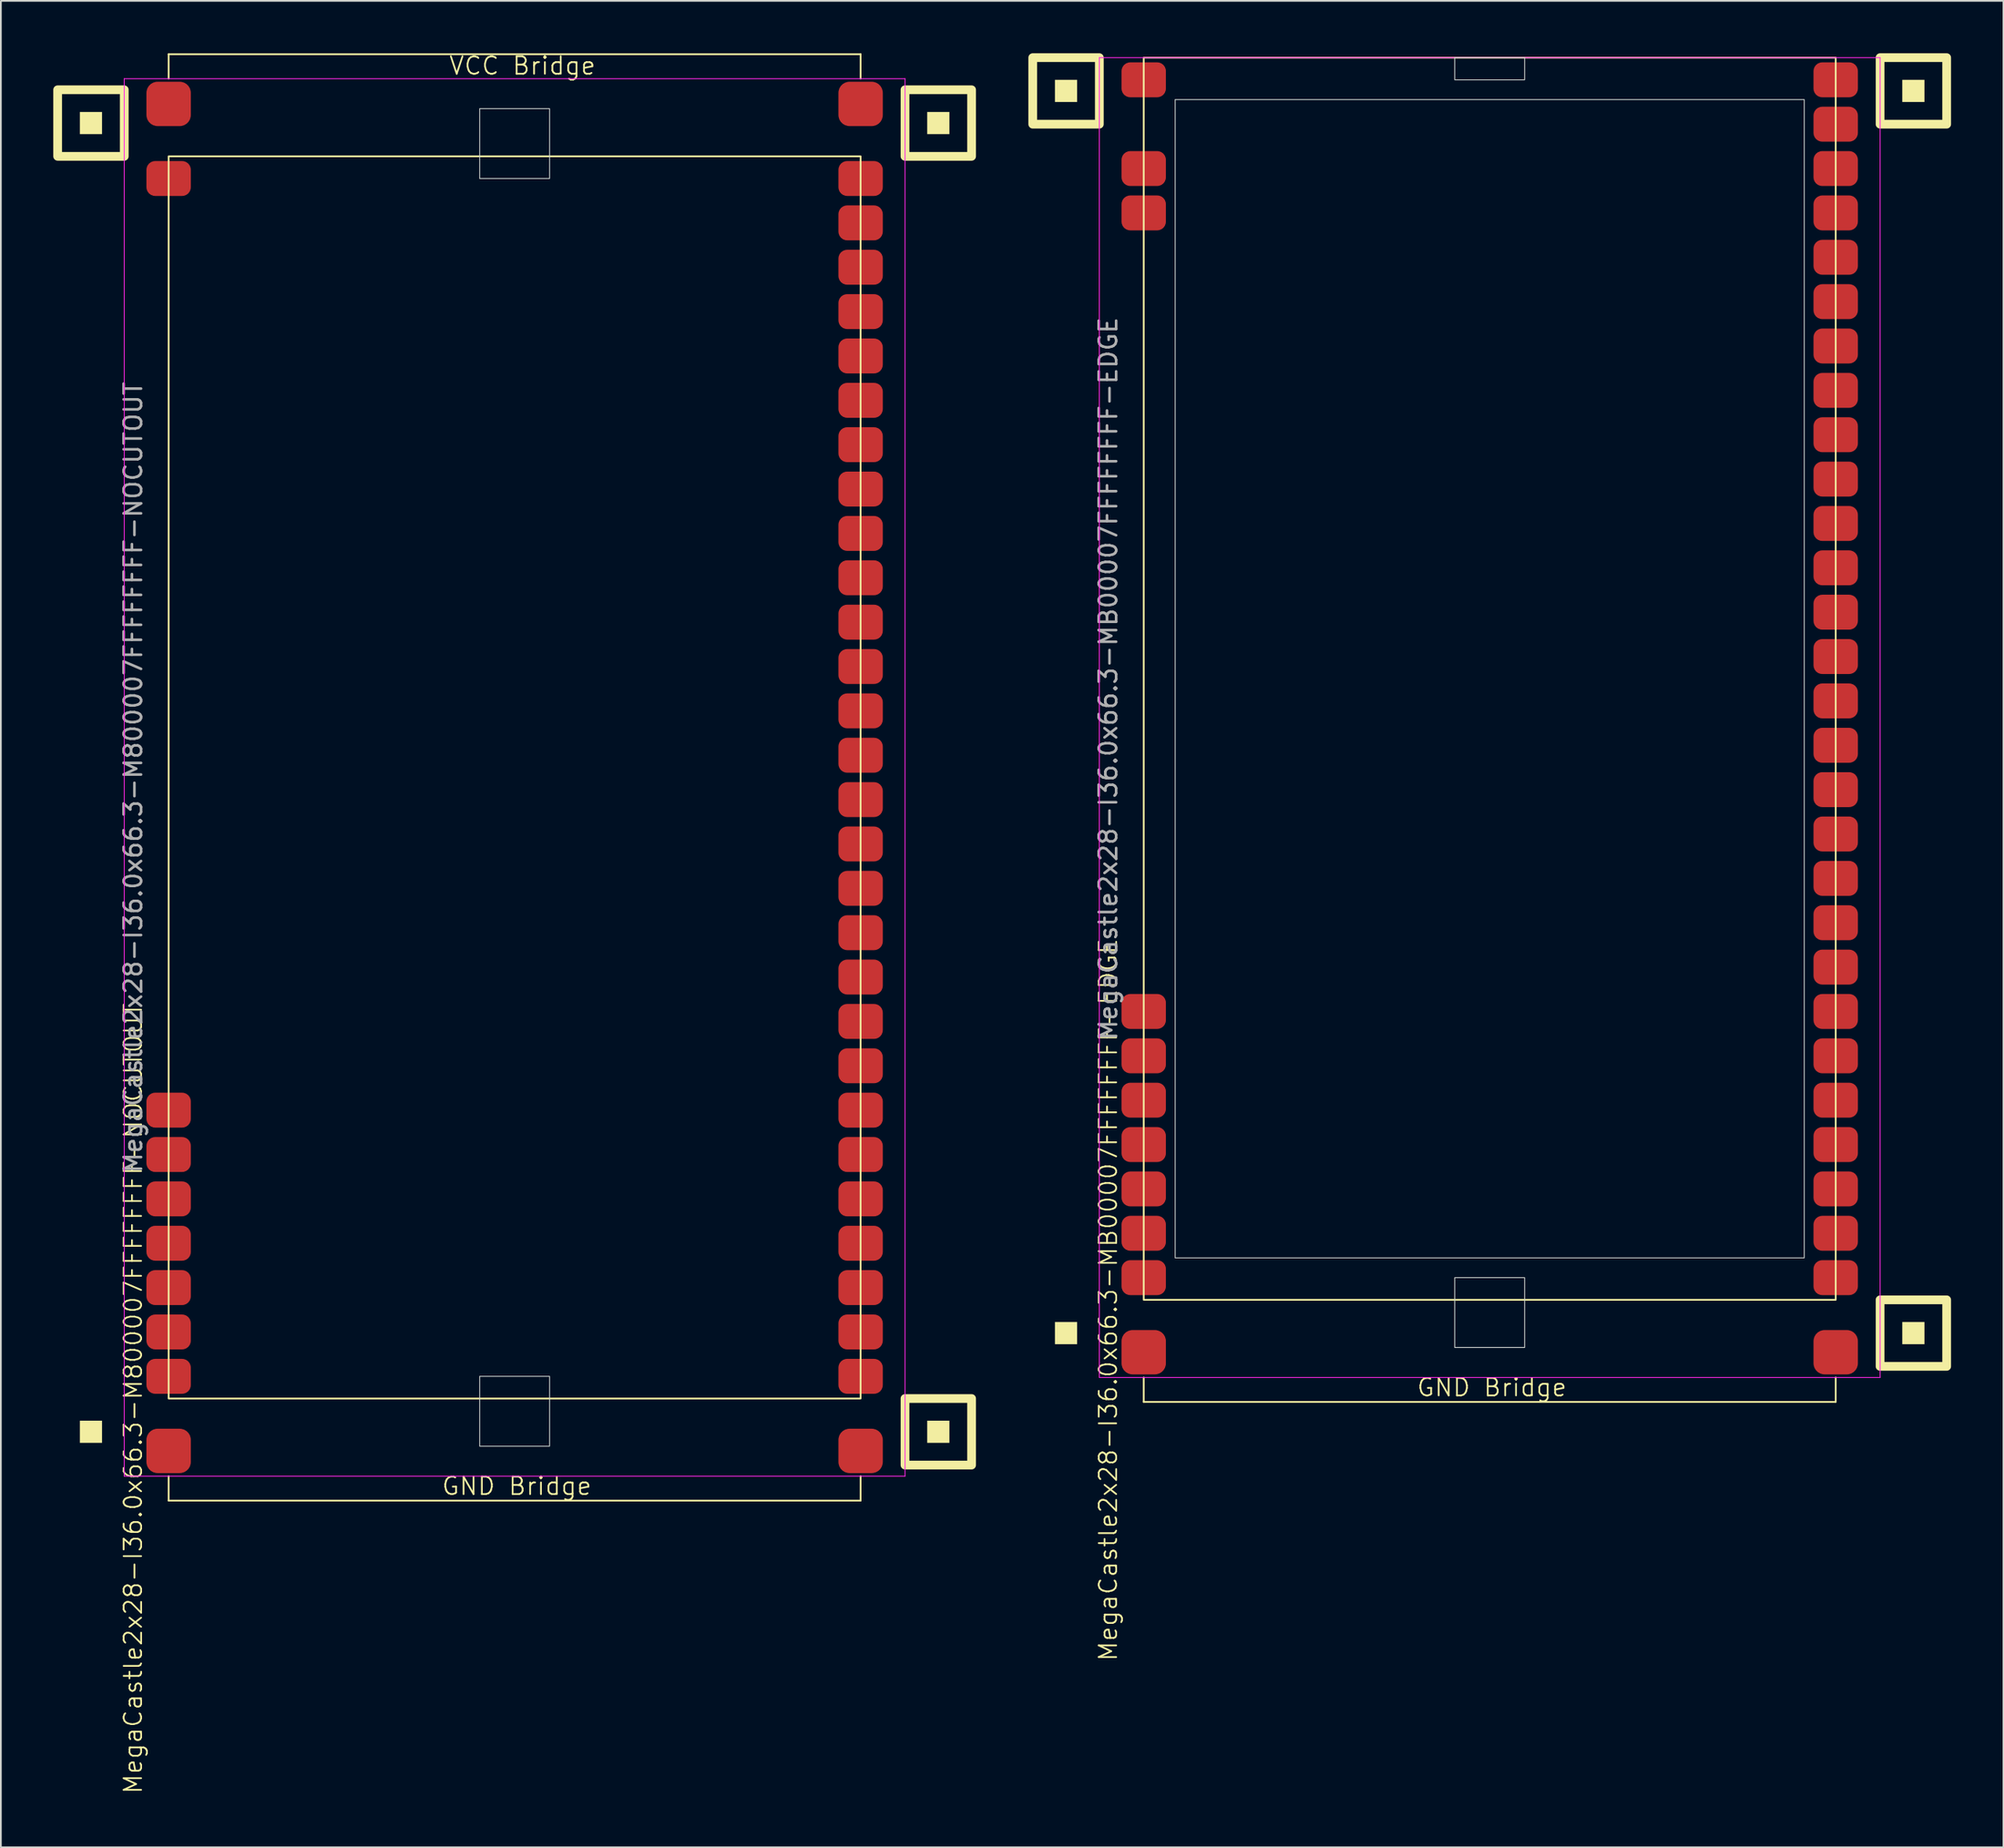
<source format=kicad_pcb>
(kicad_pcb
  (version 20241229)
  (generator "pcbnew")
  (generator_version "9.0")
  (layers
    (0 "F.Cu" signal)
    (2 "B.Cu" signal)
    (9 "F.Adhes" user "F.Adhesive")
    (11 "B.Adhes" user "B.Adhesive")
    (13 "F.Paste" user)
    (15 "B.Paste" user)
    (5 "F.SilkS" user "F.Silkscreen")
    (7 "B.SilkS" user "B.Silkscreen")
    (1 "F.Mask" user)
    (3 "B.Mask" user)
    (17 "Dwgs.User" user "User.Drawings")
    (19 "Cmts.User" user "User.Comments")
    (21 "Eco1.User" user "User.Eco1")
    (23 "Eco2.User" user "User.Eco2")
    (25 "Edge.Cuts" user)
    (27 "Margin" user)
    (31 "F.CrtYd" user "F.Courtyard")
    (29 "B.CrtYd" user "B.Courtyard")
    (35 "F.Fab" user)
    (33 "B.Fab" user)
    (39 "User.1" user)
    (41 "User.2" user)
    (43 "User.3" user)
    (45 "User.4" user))
  (footprint "MegaCastle2x28-I36.0x66.3-M800007FFFFFFFF-NOCUTOUT"
    (layer "F.Cu")
    (at 26.4 41.46)
    (property "Reference" "MegaCastle2x28-I36.0x66.3-M800007FFFFFFFF-NOCUTOUT" (at -21.832 35.56 90) (unlocked yes) (layer "F.SilkS") (effects (font (size 1 1) (thickness 0.1))))
    (attr smd)
    (fp_line (start -19.8 -41.405) (end 19.8 -41.405) (stroke (width 0.1) (type default)) (layer "F.SilkS"))
    (fp_line (start -19.8 -40.005) (end -19.8 -41.405) (stroke (width 0.1) (type default)) (layer "F.SilkS"))
    (fp_line (start -19.8 40.005) (end -19.8 41.405) (stroke (width 0.1) (type default)) (layer "F.SilkS"))
    (fp_line (start -19.8 41.405) (end 19.8 41.405) (stroke (width 0.1) (type default)) (layer "F.SilkS"))
    (fp_line (start 19.8 -40.005) (end 19.8 -41.405) (stroke (width 0.1) (type default)) (layer "F.SilkS"))
    (fp_line (start 19.8 40.005) (end 19.8 41.405) (stroke (width 0.1) (type default)) (layer "F.SilkS"))
    (fp_rect (start -23.61 -36.83) (end -24.88 -38.1) (stroke (width 0) (type solid)) (fill yes) (layer "F.SilkS"))
    (fp_rect (start -23.61 38.1) (end -24.88 36.83) (stroke (width 0) (type solid)) (fill yes) (layer "F.SilkS"))
    (fp_rect (start -22.34 -35.56) (end -26.15 -39.37) (stroke (width 0.5) (type default)) (fill no) (layer "F.SilkS"))
    (fp_rect (start -19.8 -35.56) (end 19.8 35.56) (stroke (width 0.1) (type default)) (fill no) (layer "F.SilkS"))
    (fp_rect (start 24.88 -36.83) (end 23.61 -38.1) (stroke (width 0) (type solid)) (fill yes) (layer "F.SilkS"))
    (fp_rect (start 24.88 38.1) (end 23.61 36.83) (stroke (width 0) (type solid)) (fill yes) (layer "F.SilkS"))
    (fp_rect (start 26.15 -35.56) (end 22.34 -39.37) (stroke (width 0.5) (type default)) (fill no) (layer "F.SilkS"))
    (fp_rect (start 26.15 39.37) (end 22.34 35.56) (stroke (width 0.5) (type default)) (fill no) (layer "F.SilkS"))
    (fp_rect (start -2 -34.29) (end 2 -38.29) (stroke (width 0.05) (type default)) (fill no) (layer "Edge.Cuts"))
    (fp_rect (start -2 34.29) (end 2 38.29) (stroke (width 0.05) (type default)) (fill no) (layer "Edge.Cuts"))
    (fp_line (start -22.34 -40.005) (end -22.34 40.005) (stroke (width 0.05) (type default)) (layer "F.CrtYd"))
    (fp_line (start -22.34 40.005) (end 22.34 40.005) (stroke (width 0.05) (type default)) (layer "F.CrtYd"))
    (fp_line (start 22.34 -40.005) (end -22.34 -40.005) (stroke (width 0.05) (type default)) (layer "F.CrtYd"))
    (fp_line (start 22.34 -40.005) (end 22.34 40.005) (stroke (width 0.05) (type default)) (layer "F.CrtYd"))
    (fp_text user "VCC Bridge" (at -3.81 -40.16 0) (unlocked yes) (layer "F.SilkS") (effects (font (size 1 1) (thickness 0.1)) (justify left bottom)))
    (fp_text user "GND Bridge" (at -4.226 41.16 0) (unlocked yes) (layer "F.SilkS") (effects (font (size 1 1) (thickness 0.1)) (justify left bottom)))
    (fp_text user "${REFERENCE}" (at -21.832 0 90) (unlocked yes) (layer "F.Fab") (effects (font (size 1 1) (thickness 0.15))))
    (pad "1" smd roundrect (at -19.8 -34.29) (size 2.54 2) (layers "F.Cu" "F.Mask" "F.Paste") (roundrect_rratio 0.25))
    (pad "22" smd roundrect (at -19.8 19.05) (size 2.54 2) (layers "F.Cu" "F.Mask" "F.Paste") (roundrect_rratio 0.25))
    (pad "23" smd roundrect (at -19.8 21.59) (size 2.54 2) (layers "F.Cu" "F.Mask" "F.Paste") (roundrect_rratio 0.25))
    (pad "24" smd roundrect (at -19.8 24.13) (size 2.54 2) (layers "F.Cu" "F.Mask" "F.Paste") (roundrect_rratio 0.25))
    (pad "25" smd roundrect (at -19.8 26.67) (size 2.54 2) (layers "F.Cu" "F.Mask" "F.Paste") (roundrect_rratio 0.25))
    (pad "26" smd roundrect (at -19.8 29.21) (size 2.54 2) (layers "F.Cu" "F.Mask" "F.Paste") (roundrect_rratio 0.25))
    (pad "27" smd roundrect (at -19.8 31.75) (size 2.54 2) (layers "F.Cu" "F.Mask" "F.Paste") (roundrect_rratio 0.25))
    (pad "28" smd roundrect (at -19.8 34.29) (size 2.54 2) (layers "F.Cu" "F.Mask" "F.Paste") (roundrect_rratio 0.25))
    (pad "29" smd roundrect (at 19.8 -34.29) (size 2.54 2) (layers "F.Cu" "F.Mask" "F.Paste") (roundrect_rratio 0.25))
    (pad "30" smd roundrect (at 19.8 -31.75) (size 2.54 2) (layers "F.Cu" "F.Mask" "F.Paste") (roundrect_rratio 0.25))
    (pad "31" smd roundrect (at 19.8 -29.21) (size 2.54 2) (layers "F.Cu" "F.Mask" "F.Paste") (roundrect_rratio 0.25))
    (pad "32" smd roundrect (at 19.8 -26.67) (size 2.54 2) (layers "F.Cu" "F.Mask" "F.Paste") (roundrect_rratio 0.25))
    (pad "33" smd roundrect (at 19.8 -24.13) (size 2.54 2) (layers "F.Cu" "F.Mask" "F.Paste") (roundrect_rratio 0.25))
    (pad "34" smd roundrect (at 19.8 -21.59) (size 2.54 2) (layers "F.Cu" "F.Mask" "F.Paste") (roundrect_rratio 0.25))
    (pad "35" smd roundrect (at 19.8 -19.05) (size 2.54 2) (layers "F.Cu" "F.Mask" "F.Paste") (roundrect_rratio 0.25))
    (pad "36" smd roundrect (at 19.8 -16.51) (size 2.54 2) (layers "F.Cu" "F.Mask" "F.Paste") (roundrect_rratio 0.25))
    (pad "37" smd roundrect (at 19.8 -13.97) (size 2.54 2) (layers "F.Cu" "F.Mask" "F.Paste") (roundrect_rratio 0.25))
    (pad "38" smd roundrect (at 19.8 -11.43) (size 2.54 2) (layers "F.Cu" "F.Mask" "F.Paste") (roundrect_rratio 0.25))
    (pad "39" smd roundrect (at 19.8 -8.89) (size 2.54 2) (layers "F.Cu" "F.Mask" "F.Paste") (roundrect_rratio 0.25))
    (pad "40" smd roundrect (at 19.8 -6.35) (size 2.54 2) (layers "F.Cu" "F.Mask" "F.Paste") (roundrect_rratio 0.25))
    (pad "41" smd roundrect (at 19.8 -3.81) (size 2.54 2) (layers "F.Cu" "F.Mask" "F.Paste") (roundrect_rratio 0.25))
    (pad "42" smd roundrect (at 19.8 -1.27) (size 2.54 2) (layers "F.Cu" "F.Mask" "F.Paste") (roundrect_rratio 0.25))
    (pad "43" smd roundrect (at 19.8 1.27) (size 2.54 2) (layers "F.Cu" "F.Mask" "F.Paste") (roundrect_rratio 0.25))
    (pad "44" smd roundrect (at 19.8 3.81) (size 2.54 2) (layers "F.Cu" "F.Mask" "F.Paste") (roundrect_rratio 0.25))
    (pad "45" smd roundrect (at 19.8 6.35) (size 2.54 2) (layers "F.Cu" "F.Mask" "F.Paste") (roundrect_rratio 0.25))
    (pad "46" smd roundrect (at 19.8 8.89) (size 2.54 2) (layers "F.Cu" "F.Mask" "F.Paste") (roundrect_rratio 0.25))
    (pad "47" smd roundrect (at 19.8 11.43) (size 2.54 2) (layers "F.Cu" "F.Mask" "F.Paste") (roundrect_rratio 0.25))
    (pad "48" smd roundrect (at 19.8 13.97) (size 2.54 2) (layers "F.Cu" "F.Mask" "F.Paste") (roundrect_rratio 0.25))
    (pad "49" smd roundrect (at 19.8 16.51) (size 2.54 2) (layers "F.Cu" "F.Mask" "F.Paste") (roundrect_rratio 0.25))
    (pad "50" smd roundrect (at 19.8 19.05) (size 2.54 2) (layers "F.Cu" "F.Mask" "F.Paste") (roundrect_rratio 0.25))
    (pad "51" smd roundrect (at 19.8 21.59) (size 2.54 2) (layers "F.Cu" "F.Mask" "F.Paste") (roundrect_rratio 0.25))
    (pad "52" smd roundrect (at 19.8 24.13) (size 2.54 2) (layers "F.Cu" "F.Mask" "F.Paste") (roundrect_rratio 0.25))
    (pad "53" smd roundrect (at 19.8 26.67) (size 2.54 2) (layers "F.Cu" "F.Mask" "F.Paste") (roundrect_rratio 0.25))
    (pad "54" smd roundrect (at 19.8 29.21) (size 2.54 2) (layers "F.Cu" "F.Mask" "F.Paste") (roundrect_rratio 0.25))
    (pad "55" smd roundrect (at 19.8 31.75) (size 2.54 2) (layers "F.Cu" "F.Mask" "F.Paste") (roundrect_rratio 0.25))
    (pad "56" smd roundrect (at 19.8 34.29) (size 2.54 2) (layers "F.Cu" "F.Mask" "F.Paste") (roundrect_rratio 0.25))
    (pad "A1" smd roundrect (at -19.8 -38.56) (size 2.54 2.54) (layers "F.Cu" "F.Mask" "F.Paste") (roundrect_rratio 0.25))
    (pad "A2" smd roundrect (at 19.8 -38.56) (size 2.54 2.54) (layers "F.Cu" "F.Mask" "F.Paste") (roundrect_rratio 0.25))
    (pad "B1" smd roundrect (at -19.8 38.56) (size 2.54 2.54) (layers "F.Cu" "F.Mask" "F.Paste") (roundrect_rratio 0.25))
    (pad "B2" smd roundrect (at 19.8 38.56) (size 2.54 2.54) (layers "F.Cu" "F.Mask" "F.Paste") (roundrect_rratio 0.25)))
  (footprint "MegaCastle2x28-I36.0x66.3-MB00007FFFFFFFF-EDGE"
    (layer "F.Cu")
    (at 82.2 35.81)
    (property "Reference" "MegaCastle2x28-I36.0x66.3-MB00007FFFFFFFF-EDGE" (at -21.832 35.56 90) (unlocked yes) (layer "F.SilkS") (effects (font (size 1 1) (thickness 0.1))))
    (attr smd)
    (fp_line (start -19.8 40.005) (end -19.8 41.405) (stroke (width 0.1) (type default)) (layer "F.SilkS"))
    (fp_line (start -19.8 41.405) (end 19.8 41.405) (stroke (width 0.1) (type default)) (layer "F.SilkS"))
    (fp_line (start 19.8 40.005) (end 19.8 41.405) (stroke (width 0.1) (type default)) (layer "F.SilkS"))
    (fp_rect (start -23.61 -33.02) (end -24.88 -34.29) (stroke (width 0) (type solid)) (fill yes) (layer "F.SilkS"))
    (fp_rect (start -23.61 38.1) (end -24.88 36.83) (stroke (width 0) (type solid)) (fill yes) (layer "F.SilkS"))
    (fp_rect (start -22.34 -31.75) (end -26.15 -35.56) (stroke (width 0.5) (type default)) (fill no) (layer "F.SilkS"))
    (fp_rect (start -19.8 -35.56) (end 19.8 35.56) (stroke (width 0.1) (type default)) (fill no) (layer "F.SilkS"))
    (fp_rect (start 24.88 -33.02) (end 23.61 -34.29) (stroke (width 0) (type solid)) (fill yes) (layer "F.SilkS"))
    (fp_rect (start 24.88 38.1) (end 23.61 36.83) (stroke (width 0) (type solid)) (fill yes) (layer "F.SilkS"))
    (fp_rect (start 26.15 -31.75) (end 22.34 -35.56) (stroke (width 0.5) (type default)) (fill no) (layer "F.SilkS"))
    (fp_rect (start 26.15 39.37) (end 22.34 35.56) (stroke (width 0.5) (type default)) (fill no) (layer "F.SilkS"))
    (fp_rect (start -18 -33.16) (end 18 33.16) (stroke (width 0.05) (type default)) (fill no) (layer "Edge.Cuts"))
    (fp_rect (start -2 -34.29) (end 2 -35.56) (stroke (width 0.05) (type default)) (fill no) (layer "Edge.Cuts"))
    (fp_rect (start -2 34.29) (end 2 38.29) (stroke (width 0.05) (type default)) (fill no) (layer "Edge.Cuts"))
    (fp_line (start -22.34 -35.56) (end -22.34 40.005) (stroke (width 0.05) (type default)) (layer "F.CrtYd"))
    (fp_line (start -22.34 40.005) (end 22.34 40.005) (stroke (width 0.05) (type default)) (layer "F.CrtYd"))
    (fp_line (start 22.34 -35.56) (end -22.34 -35.56) (stroke (width 0.05) (type default)) (layer "F.CrtYd"))
    (fp_line (start 22.34 -35.56) (end 22.34 40.005) (stroke (width 0.05) (type default)) (layer "F.CrtYd"))
    (fp_text user "GND Bridge" (at -4.226 41.16 0) (unlocked yes) (layer "F.SilkS") (effects (font (size 1 1) (thickness 0.1)) (justify left bottom)))
    (fp_text user "${REFERENCE}" (at -21.832 0 90) (unlocked yes) (layer "F.Fab") (effects (font (size 1 1) (thickness 0.15))))
    (pad "1" smd roundrect (at -19.8 -34.29) (size 2.54 2) (layers "F.Cu" "F.Mask" "F.Paste") (roundrect_rratio 0.25))
    (pad "3" smd roundrect (at -19.8 -29.21) (size 2.54 2) (layers "F.Cu" "F.Mask" "F.Paste") (roundrect_rratio 0.25))
    (pad "4" smd roundrect (at -19.8 -26.67) (size 2.54 2) (layers "F.Cu" "F.Mask" "F.Paste") (roundrect_rratio 0.25))
    (pad "22" smd roundrect (at -19.8 19.05) (size 2.54 2) (layers "F.Cu" "F.Mask" "F.Paste") (roundrect_rratio 0.25))
    (pad "23" smd roundrect (at -19.8 21.59) (size 2.54 2) (layers "F.Cu" "F.Mask" "F.Paste") (roundrect_rratio 0.25))
    (pad "24" smd roundrect (at -19.8 24.13) (size 2.54 2) (layers "F.Cu" "F.Mask" "F.Paste") (roundrect_rratio 0.25))
    (pad "25" smd roundrect (at -19.8 26.67) (size 2.54 2) (layers "F.Cu" "F.Mask" "F.Paste") (roundrect_rratio 0.25))
    (pad "26" smd roundrect (at -19.8 29.21) (size 2.54 2) (layers "F.Cu" "F.Mask" "F.Paste") (roundrect_rratio 0.25))
    (pad "27" smd roundrect (at -19.8 31.75) (size 2.54 2) (layers "F.Cu" "F.Mask" "F.Paste") (roundrect_rratio 0.25))
    (pad "28" smd roundrect (at -19.8 34.29) (size 2.54 2) (layers "F.Cu" "F.Mask" "F.Paste") (roundrect_rratio 0.25))
    (pad "29" smd roundrect (at 19.8 -34.29) (size 2.54 2) (layers "F.Cu" "F.Mask" "F.Paste") (roundrect_rratio 0.25))
    (pad "30" smd roundrect (at 19.8 -31.75) (size 2.54 2) (layers "F.Cu" "F.Mask" "F.Paste") (roundrect_rratio 0.25))
    (pad "31" smd roundrect (at 19.8 -29.21) (size 2.54 2) (layers "F.Cu" "F.Mask" "F.Paste") (roundrect_rratio 0.25))
    (pad "32" smd roundrect (at 19.8 -26.67) (size 2.54 2) (layers "F.Cu" "F.Mask" "F.Paste") (roundrect_rratio 0.25))
    (pad "33" smd roundrect (at 19.8 -24.13) (size 2.54 2) (layers "F.Cu" "F.Mask" "F.Paste") (roundrect_rratio 0.25))
    (pad "34" smd roundrect (at 19.8 -21.59) (size 2.54 2) (layers "F.Cu" "F.Mask" "F.Paste") (roundrect_rratio 0.25))
    (pad "35" smd roundrect (at 19.8 -19.05) (size 2.54 2) (layers "F.Cu" "F.Mask" "F.Paste") (roundrect_rratio 0.25))
    (pad "36" smd roundrect (at 19.8 -16.51) (size 2.54 2) (layers "F.Cu" "F.Mask" "F.Paste") (roundrect_rratio 0.25))
    (pad "37" smd roundrect (at 19.8 -13.97) (size 2.54 2) (layers "F.Cu" "F.Mask" "F.Paste") (roundrect_rratio 0.25))
    (pad "38" smd roundrect (at 19.8 -11.43) (size 2.54 2) (layers "F.Cu" "F.Mask" "F.Paste") (roundrect_rratio 0.25))
    (pad "39" smd roundrect (at 19.8 -8.89) (size 2.54 2) (layers "F.Cu" "F.Mask" "F.Paste") (roundrect_rratio 0.25))
    (pad "40" smd roundrect (at 19.8 -6.35) (size 2.54 2) (layers "F.Cu" "F.Mask" "F.Paste") (roundrect_rratio 0.25))
    (pad "41" smd roundrect (at 19.8 -3.81) (size 2.54 2) (layers "F.Cu" "F.Mask" "F.Paste") (roundrect_rratio 0.25))
    (pad "42" smd roundrect (at 19.8 -1.27) (size 2.54 2) (layers "F.Cu" "F.Mask" "F.Paste") (roundrect_rratio 0.25))
    (pad "43" smd roundrect (at 19.8 1.27) (size 2.54 2) (layers "F.Cu" "F.Mask" "F.Paste") (roundrect_rratio 0.25))
    (pad "44" smd roundrect (at 19.8 3.81) (size 2.54 2) (layers "F.Cu" "F.Mask" "F.Paste") (roundrect_rratio 0.25))
    (pad "45" smd roundrect (at 19.8 6.35) (size 2.54 2) (layers "F.Cu" "F.Mask" "F.Paste") (roundrect_rratio 0.25))
    (pad "46" smd roundrect (at 19.8 8.89) (size 2.54 2) (layers "F.Cu" "F.Mask" "F.Paste") (roundrect_rratio 0.25))
    (pad "47" smd roundrect (at 19.8 11.43) (size 2.54 2) (layers "F.Cu" "F.Mask" "F.Paste") (roundrect_rratio 0.25))
    (pad "48" smd roundrect (at 19.8 13.97) (size 2.54 2) (layers "F.Cu" "F.Mask" "F.Paste") (roundrect_rratio 0.25))
    (pad "49" smd roundrect (at 19.8 16.51) (size 2.54 2) (layers "F.Cu" "F.Mask" "F.Paste") (roundrect_rratio 0.25))
    (pad "50" smd roundrect (at 19.8 19.05) (size 2.54 2) (layers "F.Cu" "F.Mask" "F.Paste") (roundrect_rratio 0.25))
    (pad "51" smd roundrect (at 19.8 21.59) (size 2.54 2) (layers "F.Cu" "F.Mask" "F.Paste") (roundrect_rratio 0.25))
    (pad "52" smd roundrect (at 19.8 24.13) (size 2.54 2) (layers "F.Cu" "F.Mask" "F.Paste") (roundrect_rratio 0.25))
    (pad "53" smd roundrect (at 19.8 26.67) (size 2.54 2) (layers "F.Cu" "F.Mask" "F.Paste") (roundrect_rratio 0.25))
    (pad "54" smd roundrect (at 19.8 29.21) (size 2.54 2) (layers "F.Cu" "F.Mask" "F.Paste") (roundrect_rratio 0.25))
    (pad "55" smd roundrect (at 19.8 31.75) (size 2.54 2) (layers "F.Cu" "F.Mask" "F.Paste") (roundrect_rratio 0.25))
    (pad "56" smd roundrect (at 19.8 34.29) (size 2.54 2) (layers "F.Cu" "F.Mask" "F.Paste") (roundrect_rratio 0.25))
    (pad "B1" smd roundrect (at -19.8 38.56) (size 2.54 2.54) (layers "F.Cu" "F.Mask" "F.Paste") (roundrect_rratio 0.25))
    (pad "B2" smd roundrect (at 19.8 38.56) (size 2.54 2.54) (layers "F.Cu" "F.Mask" "F.Paste") (roundrect_rratio 0.25)))
  (gr_rect
    (start -3 -3)
    (end 111.6 102.713)
    (stroke (width 0.1) (type default))
    (fill no)
    (layer "Edge.Cuts")))
</source>
